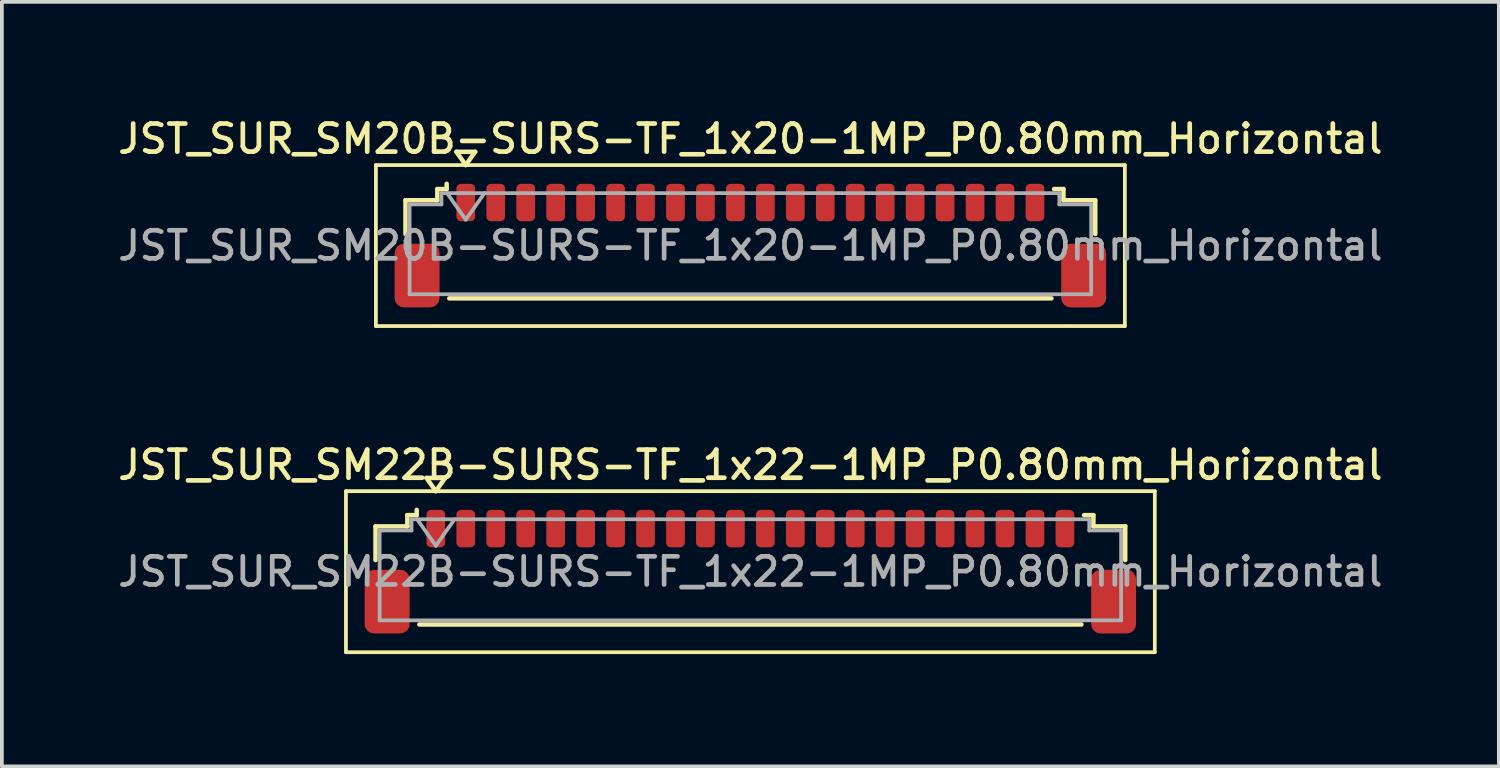
<source format=kicad_pcb>
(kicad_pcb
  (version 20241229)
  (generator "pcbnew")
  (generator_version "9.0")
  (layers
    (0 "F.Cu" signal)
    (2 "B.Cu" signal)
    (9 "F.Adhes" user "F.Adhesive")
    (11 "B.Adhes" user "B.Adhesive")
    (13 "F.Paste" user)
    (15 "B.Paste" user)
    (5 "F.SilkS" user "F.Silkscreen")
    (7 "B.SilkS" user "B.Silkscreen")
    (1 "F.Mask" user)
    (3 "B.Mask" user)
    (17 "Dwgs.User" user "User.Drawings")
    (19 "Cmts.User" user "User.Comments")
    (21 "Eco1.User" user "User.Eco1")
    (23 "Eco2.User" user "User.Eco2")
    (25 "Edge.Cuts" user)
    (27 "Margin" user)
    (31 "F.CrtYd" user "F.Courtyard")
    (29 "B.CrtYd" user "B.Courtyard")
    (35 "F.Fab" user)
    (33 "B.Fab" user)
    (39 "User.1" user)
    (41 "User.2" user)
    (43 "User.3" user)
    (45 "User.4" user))
  (footprint "JST_SUR_SM20B-SURS-TF_1x20-1MP_P0.80mm_Horizontal"
    (layer "F.Cu")
    (at 16.988 3.508)
    (property "Reference" "JST_SUR_SM20B-SURS-TF_1x20-1MP_P0.80mm_Horizontal" (at 0 -2.85 0) (layer "F.SilkS") (effects (font (size 0.75 0.75) (thickness 0.125))))
    (attr smd)
    (fp_line (start -10 -2.15) (end -10 2.15) (stroke (width 0.1) (type solid)) (layer "F.SilkS"))
    (fp_line (start -10 2.15) (end 10 2.15) (stroke (width 0.1) (type solid)) (layer "F.SilkS"))
    (fp_line (start -9.21 -1.21) (end -8.36 -1.21) (stroke (width 0.12) (type solid)) (layer "F.SilkS"))
    (fp_line (start -9.21 -0.31) (end -9.21 -1.21) (stroke (width 0.12) (type solid)) (layer "F.SilkS"))
    (fp_line (start -8.36 -1.51) (end -8.11 -1.51) (stroke (width 0.12) (type solid)) (layer "F.SilkS"))
    (fp_line (start -8.36 -1.21) (end -8.36 -1.51) (stroke (width 0.12) (type solid)) (layer "F.SilkS"))
    (fp_line (start -8.11 -1.51) (end -8.11 -1.65) (stroke (width 0.12) (type solid)) (layer "F.SilkS"))
    (fp_line (start -8.04 1.41) (end 8.04 1.41) (stroke (width 0.12) (type solid)) (layer "F.SilkS"))
    (fp_line (start -7.85 -2.504) (end -7.6 -2.15) (stroke (width 0.12) (type solid)) (layer "F.SilkS"))
    (fp_line (start -7.6 -2.15) (end -7.35 -2.504) (stroke (width 0.12) (type solid)) (layer "F.SilkS"))
    (fp_line (start -7.35 -2.504) (end -7.85 -2.504) (stroke (width 0.12) (type solid)) (layer "F.SilkS"))
    (fp_line (start 8.36 -1.51) (end 8.11 -1.51) (stroke (width 0.12) (type solid)) (layer "F.SilkS"))
    (fp_line (start 8.36 -1.21) (end 8.36 -1.51) (stroke (width 0.12) (type solid)) (layer "F.SilkS"))
    (fp_line (start 9.21 -1.21) (end 8.36 -1.21) (stroke (width 0.12) (type solid)) (layer "F.SilkS"))
    (fp_line (start 9.21 -0.31) (end 9.21 -1.21) (stroke (width 0.12) (type solid)) (layer "F.SilkS"))
    (fp_line (start 10 -2.15) (end -10 -2.15) (stroke (width 0.1) (type solid)) (layer "F.SilkS"))
    (fp_line (start 10 2.15) (end 10 -2.15) (stroke (width 0.1) (type solid)) (layer "F.SilkS"))
    (fp_line (start -9.1 -1.1) (end -9.1 1.3) (stroke (width 0.1) (type solid)) (layer "F.Fab"))
    (fp_line (start -9.1 -1.1) (end -8.25 -1.1) (stroke (width 0.1) (type solid)) (layer "F.Fab"))
    (fp_line (start -9.1 1.3) (end 9.1 1.3) (stroke (width 0.1) (type solid)) (layer "F.Fab"))
    (fp_line (start -8.25 -1.4) (end 8.25 -1.4) (stroke (width 0.1) (type solid)) (layer "F.Fab"))
    (fp_line (start -8.25 -1.1) (end -8.25 -1.4) (stroke (width 0.1) (type solid)) (layer "F.Fab"))
    (fp_line (start -8.1 -1.4) (end -7.6 -0.693) (stroke (width 0.1) (type solid)) (layer "F.Fab"))
    (fp_line (start -7.6 -0.693) (end -7.1 -1.4) (stroke (width 0.1) (type solid)) (layer "F.Fab"))
    (fp_line (start 8.25 -1.4) (end 8.25 -1.1) (stroke (width 0.1) (type solid)) (layer "F.Fab"))
    (fp_line (start 8.25 -1.1) (end 9.1 -1.1) (stroke (width 0.1) (type solid)) (layer "F.Fab"))
    (fp_line (start 9.1 -1.1) (end 9.1 1.3) (stroke (width 0.1) (type solid)) (layer "F.Fab"))
    (fp_text user "${REFERENCE}" (at 0 0 0) (layer "F.Fab") (effects (font (size 0.75 0.75) (thickness 0.125))))
    (pad "1" smd roundrect (at -7.6 -1.15) (size 0.5 1) (layers "F.Cu" "F.Mask" "F.Paste") (roundrect_rratio 0.25))
    (pad "2" smd roundrect (at -6.8 -1.15) (size 0.5 1) (layers "F.Cu" "F.Mask" "F.Paste") (roundrect_rratio 0.25))
    (pad "3" smd roundrect (at -6 -1.15) (size 0.5 1) (layers "F.Cu" "F.Mask" "F.Paste") (roundrect_rratio 0.25))
    (pad "4" smd roundrect (at -5.2 -1.15) (size 0.5 1) (layers "F.Cu" "F.Mask" "F.Paste") (roundrect_rratio 0.25))
    (pad "5" smd roundrect (at -4.4 -1.15) (size 0.5 1) (layers "F.Cu" "F.Mask" "F.Paste") (roundrect_rratio 0.25))
    (pad "6" smd roundrect (at -3.6 -1.15) (size 0.5 1) (layers "F.Cu" "F.Mask" "F.Paste") (roundrect_rratio 0.25))
    (pad "7" smd roundrect (at -2.8 -1.15) (size 0.5 1) (layers "F.Cu" "F.Mask" "F.Paste") (roundrect_rratio 0.25))
    (pad "8" smd roundrect (at -2 -1.15) (size 0.5 1) (layers "F.Cu" "F.Mask" "F.Paste") (roundrect_rratio 0.25))
    (pad "9" smd roundrect (at -1.2 -1.15) (size 0.5 1) (layers "F.Cu" "F.Mask" "F.Paste") (roundrect_rratio 0.25))
    (pad "10" smd roundrect (at -0.4 -1.15) (size 0.5 1) (layers "F.Cu" "F.Mask" "F.Paste") (roundrect_rratio 0.25))
    (pad "11" smd roundrect (at 0.4 -1.15) (size 0.5 1) (layers "F.Cu" "F.Mask" "F.Paste") (roundrect_rratio 0.25))
    (pad "12" smd roundrect (at 1.2 -1.15) (size 0.5 1) (layers "F.Cu" "F.Mask" "F.Paste") (roundrect_rratio 0.25))
    (pad "13" smd roundrect (at 2 -1.15) (size 0.5 1) (layers "F.Cu" "F.Mask" "F.Paste") (roundrect_rratio 0.25))
    (pad "14" smd roundrect (at 2.8 -1.15) (size 0.5 1) (layers "F.Cu" "F.Mask" "F.Paste") (roundrect_rratio 0.25))
    (pad "15" smd roundrect (at 3.6 -1.15) (size 0.5 1) (layers "F.Cu" "F.Mask" "F.Paste") (roundrect_rratio 0.25))
    (pad "16" smd roundrect (at 4.4 -1.15) (size 0.5 1) (layers "F.Cu" "F.Mask" "F.Paste") (roundrect_rratio 0.25))
    (pad "17" smd roundrect (at 5.2 -1.15) (size 0.5 1) (layers "F.Cu" "F.Mask" "F.Paste") (roundrect_rratio 0.25))
    (pad "18" smd roundrect (at 6 -1.15) (size 0.5 1) (layers "F.Cu" "F.Mask" "F.Paste") (roundrect_rratio 0.25))
    (pad "19" smd roundrect (at 6.8 -1.15) (size 0.5 1) (layers "F.Cu" "F.Mask" "F.Paste") (roundrect_rratio 0.25))
    (pad "20" smd roundrect (at 7.6 -1.15) (size 0.5 1) (layers "F.Cu" "F.Mask" "F.Paste") (roundrect_rratio 0.25))
    (pad "MP" smd roundrect (at -8.9 0.8) (size 1.2 1.7) (layers "F.Cu" "F.Mask" "F.Paste") (roundrect_rratio 0.208))
    (pad "MP" smd roundrect (at 8.9 0.8) (size 1.2 1.7) (layers "F.Cu" "F.Mask" "F.Paste") (roundrect_rratio 0.208)))
  (footprint "JST_SUR_SM22B-SURS-TF_1x22-1MP_P0.80mm_Horizontal"
    (layer "F.Cu")
    (at 16.988 12.216)
    (property "Reference" "JST_SUR_SM22B-SURS-TF_1x22-1MP_P0.80mm_Horizontal" (at 0 -2.85 0) (layer "F.SilkS") (effects (font (size 0.75 0.75) (thickness 0.125))))
    (attr smd)
    (fp_line (start -10.8 -2.15) (end -10.8 2.15) (stroke (width 0.1) (type solid)) (layer "F.SilkS"))
    (fp_line (start -10.8 2.15) (end 10.8 2.15) (stroke (width 0.1) (type solid)) (layer "F.SilkS"))
    (fp_line (start -10.01 -1.21) (end -9.16 -1.21) (stroke (width 0.12) (type solid)) (layer "F.SilkS"))
    (fp_line (start -10.01 -0.31) (end -10.01 -1.21) (stroke (width 0.12) (type solid)) (layer "F.SilkS"))
    (fp_line (start -9.16 -1.51) (end -8.91 -1.51) (stroke (width 0.12) (type solid)) (layer "F.SilkS"))
    (fp_line (start -9.16 -1.21) (end -9.16 -1.51) (stroke (width 0.12) (type solid)) (layer "F.SilkS"))
    (fp_line (start -8.91 -1.51) (end -8.91 -1.65) (stroke (width 0.12) (type solid)) (layer "F.SilkS"))
    (fp_line (start -8.84 1.41) (end 8.84 1.41) (stroke (width 0.12) (type solid)) (layer "F.SilkS"))
    (fp_line (start -8.65 -2.504) (end -8.4 -2.15) (stroke (width 0.12) (type solid)) (layer "F.SilkS"))
    (fp_line (start -8.4 -2.15) (end -8.15 -2.504) (stroke (width 0.12) (type solid)) (layer "F.SilkS"))
    (fp_line (start -8.15 -2.504) (end -8.65 -2.504) (stroke (width 0.12) (type solid)) (layer "F.SilkS"))
    (fp_line (start 9.16 -1.51) (end 8.91 -1.51) (stroke (width 0.12) (type solid)) (layer "F.SilkS"))
    (fp_line (start 9.16 -1.21) (end 9.16 -1.51) (stroke (width 0.12) (type solid)) (layer "F.SilkS"))
    (fp_line (start 10.01 -1.21) (end 9.16 -1.21) (stroke (width 0.12) (type solid)) (layer "F.SilkS"))
    (fp_line (start 10.01 -0.31) (end 10.01 -1.21) (stroke (width 0.12) (type solid)) (layer "F.SilkS"))
    (fp_line (start 10.8 -2.15) (end -10.8 -2.15) (stroke (width 0.1) (type solid)) (layer "F.SilkS"))
    (fp_line (start 10.8 2.15) (end 10.8 -2.15) (stroke (width 0.1) (type solid)) (layer "F.SilkS"))
    (fp_line (start -9.9 -1.1) (end -9.9 1.3) (stroke (width 0.1) (type solid)) (layer "F.Fab"))
    (fp_line (start -9.9 -1.1) (end -9.05 -1.1) (stroke (width 0.1) (type solid)) (layer "F.Fab"))
    (fp_line (start -9.9 1.3) (end 9.9 1.3) (stroke (width 0.1) (type solid)) (layer "F.Fab"))
    (fp_line (start -9.05 -1.4) (end 9.05 -1.4) (stroke (width 0.1) (type solid)) (layer "F.Fab"))
    (fp_line (start -9.05 -1.1) (end -9.05 -1.4) (stroke (width 0.1) (type solid)) (layer "F.Fab"))
    (fp_line (start -8.9 -1.4) (end -8.4 -0.693) (stroke (width 0.1) (type solid)) (layer "F.Fab"))
    (fp_line (start -8.4 -0.693) (end -7.9 -1.4) (stroke (width 0.1) (type solid)) (layer "F.Fab"))
    (fp_line (start 9.05 -1.4) (end 9.05 -1.1) (stroke (width 0.1) (type solid)) (layer "F.Fab"))
    (fp_line (start 9.05 -1.1) (end 9.9 -1.1) (stroke (width 0.1) (type solid)) (layer "F.Fab"))
    (fp_line (start 9.9 -1.1) (end 9.9 1.3) (stroke (width 0.1) (type solid)) (layer "F.Fab"))
    (fp_text user "${REFERENCE}" (at 0 0 0) (layer "F.Fab") (effects (font (size 0.75 0.75) (thickness 0.125))))
    (pad "1" smd roundrect (at -8.4 -1.15) (size 0.5 1) (layers "F.Cu" "F.Mask" "F.Paste") (roundrect_rratio 0.25))
    (pad "2" smd roundrect (at -7.6 -1.15) (size 0.5 1) (layers "F.Cu" "F.Mask" "F.Paste") (roundrect_rratio 0.25))
    (pad "3" smd roundrect (at -6.8 -1.15) (size 0.5 1) (layers "F.Cu" "F.Mask" "F.Paste") (roundrect_rratio 0.25))
    (pad "4" smd roundrect (at -6 -1.15) (size 0.5 1) (layers "F.Cu" "F.Mask" "F.Paste") (roundrect_rratio 0.25))
    (pad "5" smd roundrect (at -5.2 -1.15) (size 0.5 1) (layers "F.Cu" "F.Mask" "F.Paste") (roundrect_rratio 0.25))
    (pad "6" smd roundrect (at -4.4 -1.15) (size 0.5 1) (layers "F.Cu" "F.Mask" "F.Paste") (roundrect_rratio 0.25))
    (pad "7" smd roundrect (at -3.6 -1.15) (size 0.5 1) (layers "F.Cu" "F.Mask" "F.Paste") (roundrect_rratio 0.25))
    (pad "8" smd roundrect (at -2.8 -1.15) (size 0.5 1) (layers "F.Cu" "F.Mask" "F.Paste") (roundrect_rratio 0.25))
    (pad "9" smd roundrect (at -2 -1.15) (size 0.5 1) (layers "F.Cu" "F.Mask" "F.Paste") (roundrect_rratio 0.25))
    (pad "10" smd roundrect (at -1.2 -1.15) (size 0.5 1) (layers "F.Cu" "F.Mask" "F.Paste") (roundrect_rratio 0.25))
    (pad "11" smd roundrect (at -0.4 -1.15) (size 0.5 1) (layers "F.Cu" "F.Mask" "F.Paste") (roundrect_rratio 0.25))
    (pad "12" smd roundrect (at 0.4 -1.15) (size 0.5 1) (layers "F.Cu" "F.Mask" "F.Paste") (roundrect_rratio 0.25))
    (pad "13" smd roundrect (at 1.2 -1.15) (size 0.5 1) (layers "F.Cu" "F.Mask" "F.Paste") (roundrect_rratio 0.25))
    (pad "14" smd roundrect (at 2 -1.15) (size 0.5 1) (layers "F.Cu" "F.Mask" "F.Paste") (roundrect_rratio 0.25))
    (pad "15" smd roundrect (at 2.8 -1.15) (size 0.5 1) (layers "F.Cu" "F.Mask" "F.Paste") (roundrect_rratio 0.25))
    (pad "16" smd roundrect (at 3.6 -1.15) (size 0.5 1) (layers "F.Cu" "F.Mask" "F.Paste") (roundrect_rratio 0.25))
    (pad "17" smd roundrect (at 4.4 -1.15) (size 0.5 1) (layers "F.Cu" "F.Mask" "F.Paste") (roundrect_rratio 0.25))
    (pad "18" smd roundrect (at 5.2 -1.15) (size 0.5 1) (layers "F.Cu" "F.Mask" "F.Paste") (roundrect_rratio 0.25))
    (pad "19" smd roundrect (at 6 -1.15) (size 0.5 1) (layers "F.Cu" "F.Mask" "F.Paste") (roundrect_rratio 0.25))
    (pad "20" smd roundrect (at 6.8 -1.15) (size 0.5 1) (layers "F.Cu" "F.Mask" "F.Paste") (roundrect_rratio 0.25))
    (pad "21" smd roundrect (at 7.6 -1.15) (size 0.5 1) (layers "F.Cu" "F.Mask" "F.Paste") (roundrect_rratio 0.25))
    (pad "22" smd roundrect (at 8.4 -1.15) (size 0.5 1) (layers "F.Cu" "F.Mask" "F.Paste") (roundrect_rratio 0.25))
    (pad "MP" smd roundrect (at -9.7 0.8) (size 1.2 1.7) (layers "F.Cu" "F.Mask" "F.Paste") (roundrect_rratio 0.208))
    (pad "MP" smd roundrect (at 9.7 0.8) (size 1.2 1.7) (layers "F.Cu" "F.Mask" "F.Paste") (roundrect_rratio 0.208)))
  (gr_rect
    (start -3 -3)
    (end 36.975 17.416)
    (stroke (width 0.1) (type default))
    (fill no)
    (layer "Edge.Cuts")))
</source>
